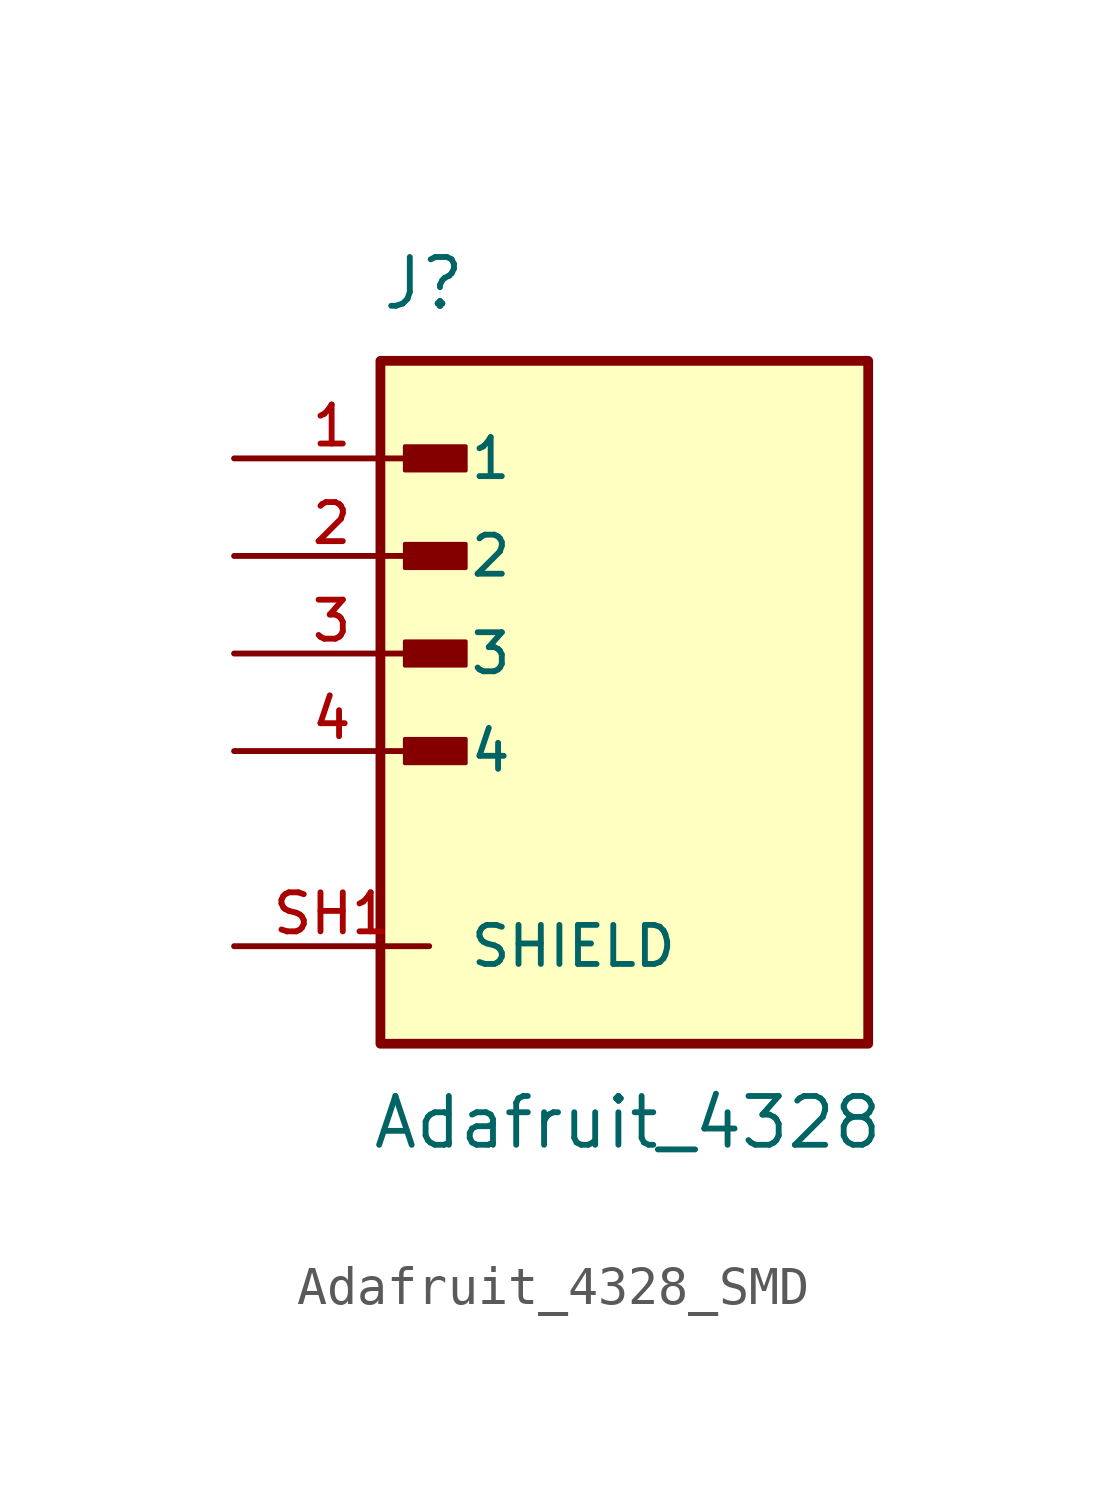
<source format=kicad_sym>
(kicad_symbol_lib
  (version 20241209)
  (generator "kicad_symbol_editor")
  (generator_version "9.0")
  (symbol "Adafruit_4328_SMD"
    (pin_names
      (offset 1.016))
    (property "Reference" "J"
      (at -6.35 11.43 0)
      (effects (font (size 1.27 1.27)) (justify left bottom)))
    (property "Value" "Adafruit_4328"
      (at -6.604 -10.414 0)
      (effects (font (size 1.27 1.27)) (justify left bottom)))
    (symbol "Adafruit_4328_SMD_0_0"
      (rectangle (start -6.35 -7.62) (end 6.35 10.16) (stroke (width 0.254) (type default)) (fill (type background)))
      (rectangle (start -5.715 7.303) (end -4.128 7.938) (stroke (width 0.1) (type default)) (fill (type outline)))
      (rectangle (start -5.715 4.763) (end -4.128 5.397) (stroke (width 0.1) (type default)) (fill (type outline)))
      (rectangle (start -5.715 2.223) (end -4.128 2.857) (stroke (width 0.1) (type default)) (fill (type outline)))
      (rectangle (start -5.715 -0.318) (end -4.128 0.318) (stroke (width 0.1) (type default)) (fill (type outline)))
      (pin passive line (at -10.16 7.62 0) (length 5.08) (name "1" (effects (font (size 1.016 1.016)))) (number "1" (effects (font (size 1.016 1.016)))))
      (pin passive line (at -10.16 5.08 0) (length 5.08) (name "2" (effects (font (size 1.016 1.016)))) (number "2" (effects (font (size 1.016 1.016)))))
      (pin passive line (at -10.16 2.54 0) (length 5.08) (name "3" (effects (font (size 1.016 1.016)))) (number "3" (effects (font (size 1.016 1.016)))))
      (pin passive line (at -10.16 0 0) (length 5.08) (name "4" (effects (font (size 1.016 1.016)))) (number "4" (effects (font (size 1.016 1.016)))))
      (pin passive line (at -10.16 -5.08 0) (length 5.08) (name "SHIELD" (effects (font (size 1.016 1.016)))) (number "SH1" (effects (font (size 1.016 1.016)))))
      (pin passive line (at -10.16 -5.08 0) (length 5.08) (hide yes) (name "SHIELD" (effects (font (size 1.016 1.016)))) (number "SH2" (effects (font (size 1.016 1.016))))))))
</source>
